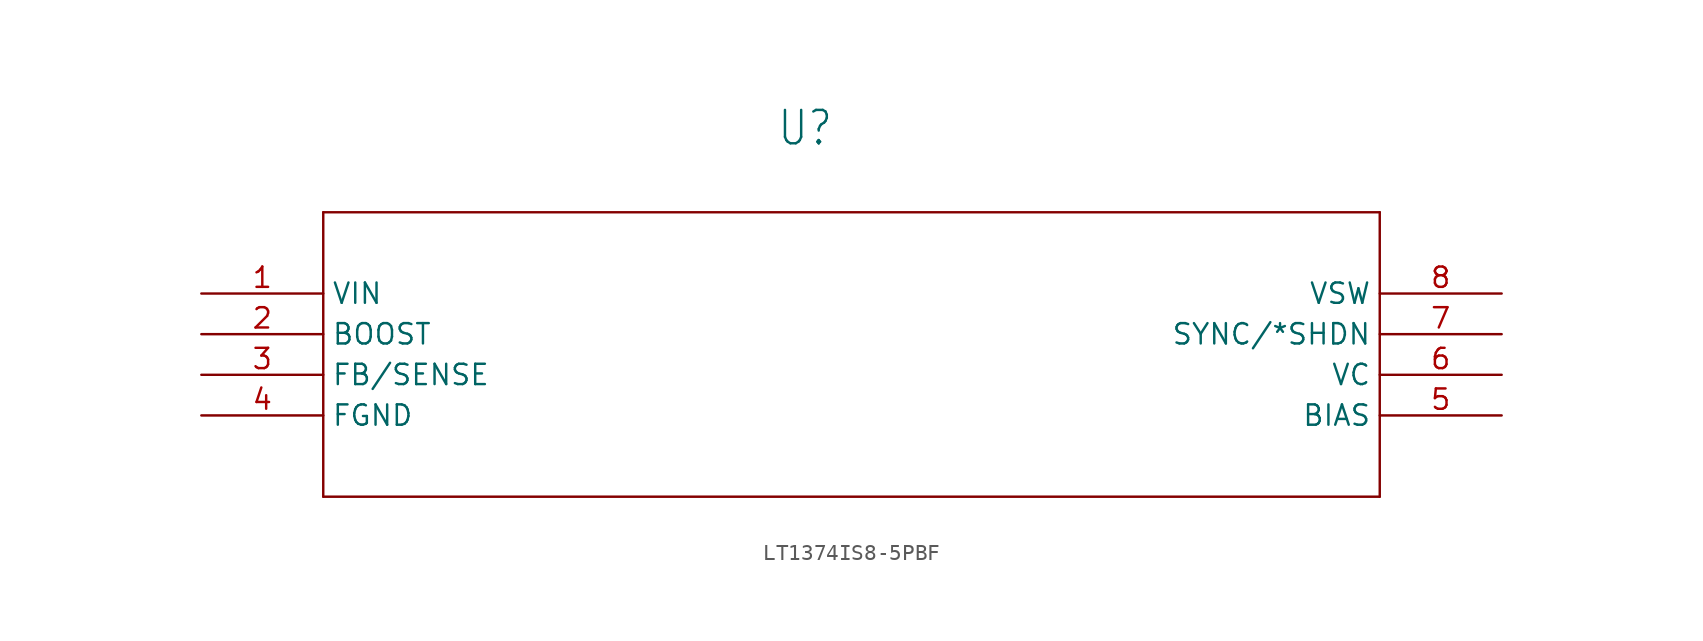
<source format=kicad_sym>
(kicad_symbol_lib
  (version 20231120)
  (generator "kicad_symbol_editor")
  (generator_version "8.0")
  (symbol "LT1374IS8-5PBF"
    (property "Reference" "U"
      (at 35.959 9.13 0)
      (effects (font (size 2.085 1.772)) (justify left bottom)))
    (property "Value" ""
      (at 35.301 6.582 0)
      (effects (font (size 2.084 1.771)) (justify left bottom)))
    (property "ki_locked" ""
      (at 0 0 0)
      (effects (font (size 1.27 1.27))))
    (symbol "LT1374IS8-5PBF_1_0"
      (polyline (pts (xy 7.62 -12.7) (xy 73.66 -12.7)) (stroke (width 0.152) (type solid)) (fill (type none)))
      (polyline (pts (xy 7.62 5.08) (xy 7.62 -12.7)) (stroke (width 0.152) (type solid)) (fill (type none)))
      (polyline (pts (xy 73.66 -12.7) (xy 73.66 5.08)) (stroke (width 0.152) (type solid)) (fill (type none)))
      (polyline (pts (xy 73.66 5.08) (xy 7.62 5.08)) (stroke (width 0.152) (type solid)) (fill (type none)))
      (pin input line (at 0 0 0) (length 7.62) (name "VIN" (effects (font (size 1.27 1.27)))) (number "1" (effects (font (size 1.27 1.27)))))
      (pin input line (at 0 -2.54 0) (length 7.62) (name "BOOST" (effects (font (size 1.27 1.27)))) (number "2" (effects (font (size 1.27 1.27)))))
      (pin input line (at 0 -5.08 0) (length 7.62) (name "FB/SENSE" (effects (font (size 1.27 1.27)))) (number "3" (effects (font (size 1.27 1.27)))))
      (pin power_in line (at 0 -7.62 0) (length 7.62) (name "FGND" (effects (font (size 1.27 1.27)))) (number "4" (effects (font (size 1.27 1.27)))))
      (pin input line (at 81.28 -7.62 180) (length 7.62) (name "BIAS" (effects (font (size 1.27 1.27)))) (number "5" (effects (font (size 1.27 1.27)))))
      (pin output line (at 81.28 -5.08 180) (length 7.62) (name "VC" (effects (font (size 1.27 1.27)))) (number "6" (effects (font (size 1.27 1.27)))))
      (pin bidirectional line (at 81.28 -2.54 180) (length 7.62) (name "SYNC/*SHDN" (effects (font (size 1.27 1.27)))) (number "7" (effects (font (size 1.27 1.27)))))
      (pin input line (at 81.28 0 180) (length 7.62) (name "VSW" (effects (font (size 1.27 1.27)))) (number "8" (effects (font (size 1.27 1.27))))))))
</source>
